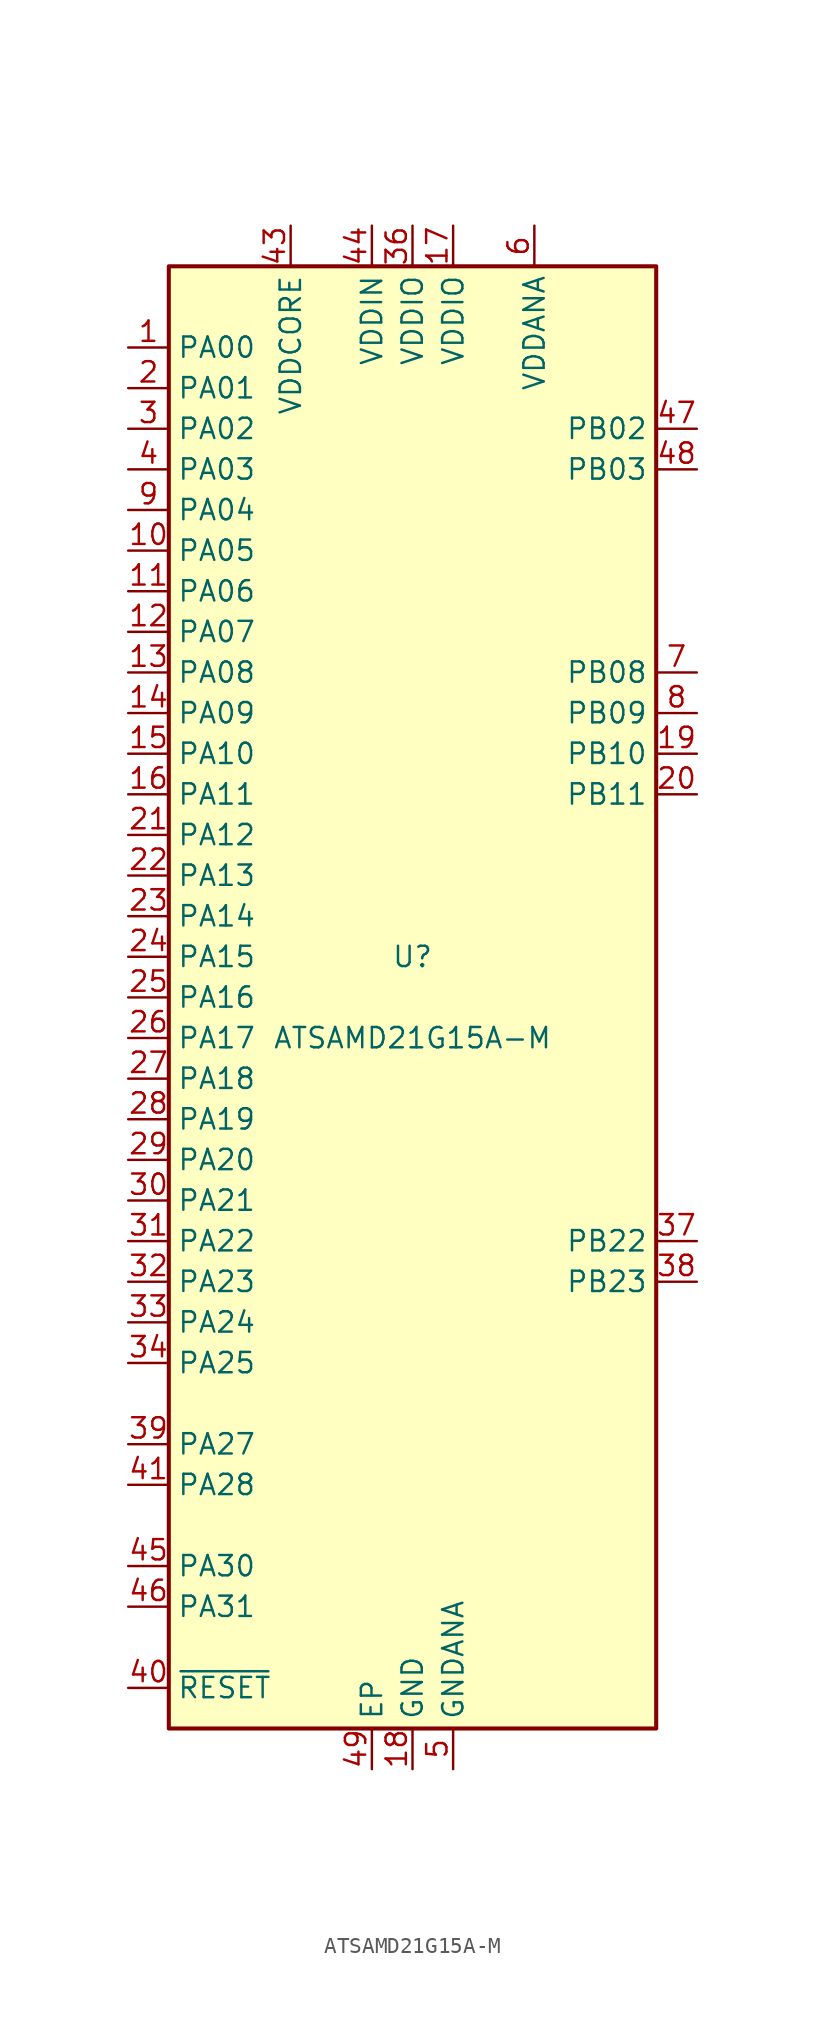
<source format=kicad_sym>
(kicad_symbol_lib
  (version 20211014)
  (generator kicad_symbol_editor)
  (symbol "ATSAMD21G15A-M"
    (property "Reference" "U"
      (at 0 2.54 0)
      (effects (font (size 1.27 1.27))))
    (property "Value" "ATSAMD21G15A-M"
      (at 0 -2.54 0)
      (effects (font (size 1.27 1.27))))
    (symbol "ATSAMD21G15A-M_0_1"
      (rectangle (start -15.24 45.72) (end 15.24 -45.72) (stroke (width 0.254) (type default) (color 0 0 0 0)) (fill (type background))))
    (symbol "ATSAMD21G15A-M_1_1"
      (pin bidirectional line (at -17.78 40.64 0) (length 2.54) (name "PA00" (effects (font (size 1.27 1.27)))) (number "1" (effects (font (size 1.27 1.27)))))
      (pin bidirectional line (at -17.78 27.94 0) (length 2.54) (name "PA05" (effects (font (size 1.27 1.27)))) (number "10" (effects (font (size 1.27 1.27)))))
      (pin bidirectional line (at -17.78 25.4 0) (length 2.54) (name "PA06" (effects (font (size 1.27 1.27)))) (number "11" (effects (font (size 1.27 1.27)))))
      (pin bidirectional line (at -17.78 22.86 0) (length 2.54) (name "PA07" (effects (font (size 1.27 1.27)))) (number "12" (effects (font (size 1.27 1.27)))))
      (pin bidirectional line (at -17.78 20.32 0) (length 2.54) (name "PA08" (effects (font (size 1.27 1.27)))) (number "13" (effects (font (size 1.27 1.27)))))
      (pin bidirectional line (at -17.78 17.78 0) (length 2.54) (name "PA09" (effects (font (size 1.27 1.27)))) (number "14" (effects (font (size 1.27 1.27)))))
      (pin bidirectional line (at -17.78 15.24 0) (length 2.54) (name "PA10" (effects (font (size 1.27 1.27)))) (number "15" (effects (font (size 1.27 1.27)))))
      (pin bidirectional line (at -17.78 12.7 0) (length 2.54) (name "PA11" (effects (font (size 1.27 1.27)))) (number "16" (effects (font (size 1.27 1.27)))))
      (pin power_in line (at 2.54 48.26 270) (length 2.54) (name "VDDIO" (effects (font (size 1.27 1.27)))) (number "17" (effects (font (size 1.27 1.27)))))
      (pin power_in line (at 0 -48.26 90) (length 2.54) (name "GND" (effects (font (size 1.27 1.27)))) (number "18" (effects (font (size 1.27 1.27)))))
      (pin bidirectional line (at 17.78 15.24 180) (length 2.54) (name "PB10" (effects (font (size 1.27 1.27)))) (number "19" (effects (font (size 1.27 1.27)))))
      (pin bidirectional line (at -17.78 38.1 0) (length 2.54) (name "PA01" (effects (font (size 1.27 1.27)))) (number "2" (effects (font (size 1.27 1.27)))))
      (pin bidirectional line (at 17.78 12.7 180) (length 2.54) (name "PB11" (effects (font (size 1.27 1.27)))) (number "20" (effects (font (size 1.27 1.27)))))
      (pin bidirectional line (at -17.78 10.16 0) (length 2.54) (name "PA12" (effects (font (size 1.27 1.27)))) (number "21" (effects (font (size 1.27 1.27)))))
      (pin bidirectional line (at -17.78 7.62 0) (length 2.54) (name "PA13" (effects (font (size 1.27 1.27)))) (number "22" (effects (font (size 1.27 1.27)))))
      (pin bidirectional line (at -17.78 5.08 0) (length 2.54) (name "PA14" (effects (font (size 1.27 1.27)))) (number "23" (effects (font (size 1.27 1.27)))))
      (pin bidirectional line (at -17.78 2.54 0) (length 2.54) (name "PA15" (effects (font (size 1.27 1.27)))) (number "24" (effects (font (size 1.27 1.27)))))
      (pin bidirectional line (at -17.78 0 0) (length 2.54) (name "PA16" (effects (font (size 1.27 1.27)))) (number "25" (effects (font (size 1.27 1.27)))))
      (pin bidirectional line (at -17.78 -2.54 0) (length 2.54) (name "PA17" (effects (font (size 1.27 1.27)))) (number "26" (effects (font (size 1.27 1.27)))))
      (pin bidirectional line (at -17.78 -5.08 0) (length 2.54) (name "PA18" (effects (font (size 1.27 1.27)))) (number "27" (effects (font (size 1.27 1.27)))))
      (pin bidirectional line (at -17.78 -7.62 0) (length 2.54) (name "PA19" (effects (font (size 1.27 1.27)))) (number "28" (effects (font (size 1.27 1.27)))))
      (pin bidirectional line (at -17.78 -10.16 0) (length 2.54) (name "PA20" (effects (font (size 1.27 1.27)))) (number "29" (effects (font (size 1.27 1.27)))))
      (pin bidirectional line (at -17.78 35.56 0) (length 2.54) (name "PA02" (effects (font (size 1.27 1.27)))) (number "3" (effects (font (size 1.27 1.27)))))
      (pin bidirectional line (at -17.78 -12.7 0) (length 2.54) (name "PA21" (effects (font (size 1.27 1.27)))) (number "30" (effects (font (size 1.27 1.27)))))
      (pin bidirectional line (at -17.78 -15.24 0) (length 2.54) (name "PA22" (effects (font (size 1.27 1.27)))) (number "31" (effects (font (size 1.27 1.27)))))
      (pin bidirectional line (at -17.78 -17.78 0) (length 2.54) (name "PA23" (effects (font (size 1.27 1.27)))) (number "32" (effects (font (size 1.27 1.27)))))
      (pin bidirectional line (at -17.78 -20.32 0) (length 2.54) (name "PA24" (effects (font (size 1.27 1.27)))) (number "33" (effects (font (size 1.27 1.27)))))
      (pin bidirectional line (at -17.78 -22.86 0) (length 2.54) (name "PA25" (effects (font (size 1.27 1.27)))) (number "34" (effects (font (size 1.27 1.27)))))
      (pin passive line (at 0 -48.26 90) (length 2.54) hide (name "GND" (effects (font (size 1.27 1.27)))) (number "35" (effects (font (size 1.27 1.27)))))
      (pin power_in line (at 0 48.26 270) (length 2.54) (name "VDDIO" (effects (font (size 1.27 1.27)))) (number "36" (effects (font (size 1.27 1.27)))))
      (pin bidirectional line (at 17.78 -15.24 180) (length 2.54) (name "PB22" (effects (font (size 1.27 1.27)))) (number "37" (effects (font (size 1.27 1.27)))))
      (pin bidirectional line (at 17.78 -17.78 180) (length 2.54) (name "PB23" (effects (font (size 1.27 1.27)))) (number "38" (effects (font (size 1.27 1.27)))))
      (pin bidirectional line (at -17.78 -27.94 0) (length 2.54) (name "PA27" (effects (font (size 1.27 1.27)))) (number "39" (effects (font (size 1.27 1.27)))))
      (pin bidirectional line (at -17.78 33.02 0) (length 2.54) (name "PA03" (effects (font (size 1.27 1.27)))) (number "4" (effects (font (size 1.27 1.27)))))
      (pin input line (at -17.78 -43.18 0) (length 2.54) (name "~{RESET}" (effects (font (size 1.27 1.27)))) (number "40" (effects (font (size 1.27 1.27)))))
      (pin bidirectional line (at -17.78 -30.48 0) (length 2.54) (name "PA28" (effects (font (size 1.27 1.27)))) (number "41" (effects (font (size 1.27 1.27)))))
      (pin passive line (at 0 -48.26 90) (length 2.54) hide (name "GND" (effects (font (size 1.27 1.27)))) (number "42" (effects (font (size 1.27 1.27)))))
      (pin power_out line (at -7.62 48.26 270) (length 2.54) (name "VDDCORE" (effects (font (size 1.27 1.27)))) (number "43" (effects (font (size 1.27 1.27)))))
      (pin power_in line (at -2.54 48.26 270) (length 2.54) (name "VDDIN" (effects (font (size 1.27 1.27)))) (number "44" (effects (font (size 1.27 1.27)))))
      (pin bidirectional line (at -17.78 -35.56 0) (length 2.54) (name "PA30" (effects (font (size 1.27 1.27)))) (number "45" (effects (font (size 1.27 1.27)))))
      (pin bidirectional line (at -17.78 -38.1 0) (length 2.54) (name "PA31" (effects (font (size 1.27 1.27)))) (number "46" (effects (font (size 1.27 1.27)))))
      (pin bidirectional line (at 17.78 35.56 180) (length 2.54) (name "PB02" (effects (font (size 1.27 1.27)))) (number "47" (effects (font (size 1.27 1.27)))))
      (pin bidirectional line (at 17.78 33.02 180) (length 2.54) (name "PB03" (effects (font (size 1.27 1.27)))) (number "48" (effects (font (size 1.27 1.27)))))
      (pin passive line (at -2.54 -48.26 90) (length 2.54) (name "EP" (effects (font (size 1.27 1.27)))) (number "49" (effects (font (size 1.27 1.27)))))
      (pin power_in line (at 2.54 -48.26 90) (length 2.54) (name "GNDANA" (effects (font (size 1.27 1.27)))) (number "5" (effects (font (size 1.27 1.27)))))
      (pin power_in line (at 7.62 48.26 270) (length 2.54) (name "VDDANA" (effects (font (size 1.27 1.27)))) (number "6" (effects (font (size 1.27 1.27)))))
      (pin bidirectional line (at 17.78 20.32 180) (length 2.54) (name "PB08" (effects (font (size 1.27 1.27)))) (number "7" (effects (font (size 1.27 1.27)))))
      (pin bidirectional line (at 17.78 17.78 180) (length 2.54) (name "PB09" (effects (font (size 1.27 1.27)))) (number "8" (effects (font (size 1.27 1.27)))))
      (pin bidirectional line (at -17.78 30.48 0) (length 2.54) (name "PA04" (effects (font (size 1.27 1.27)))) (number "9" (effects (font (size 1.27 1.27))))))))
</source>
